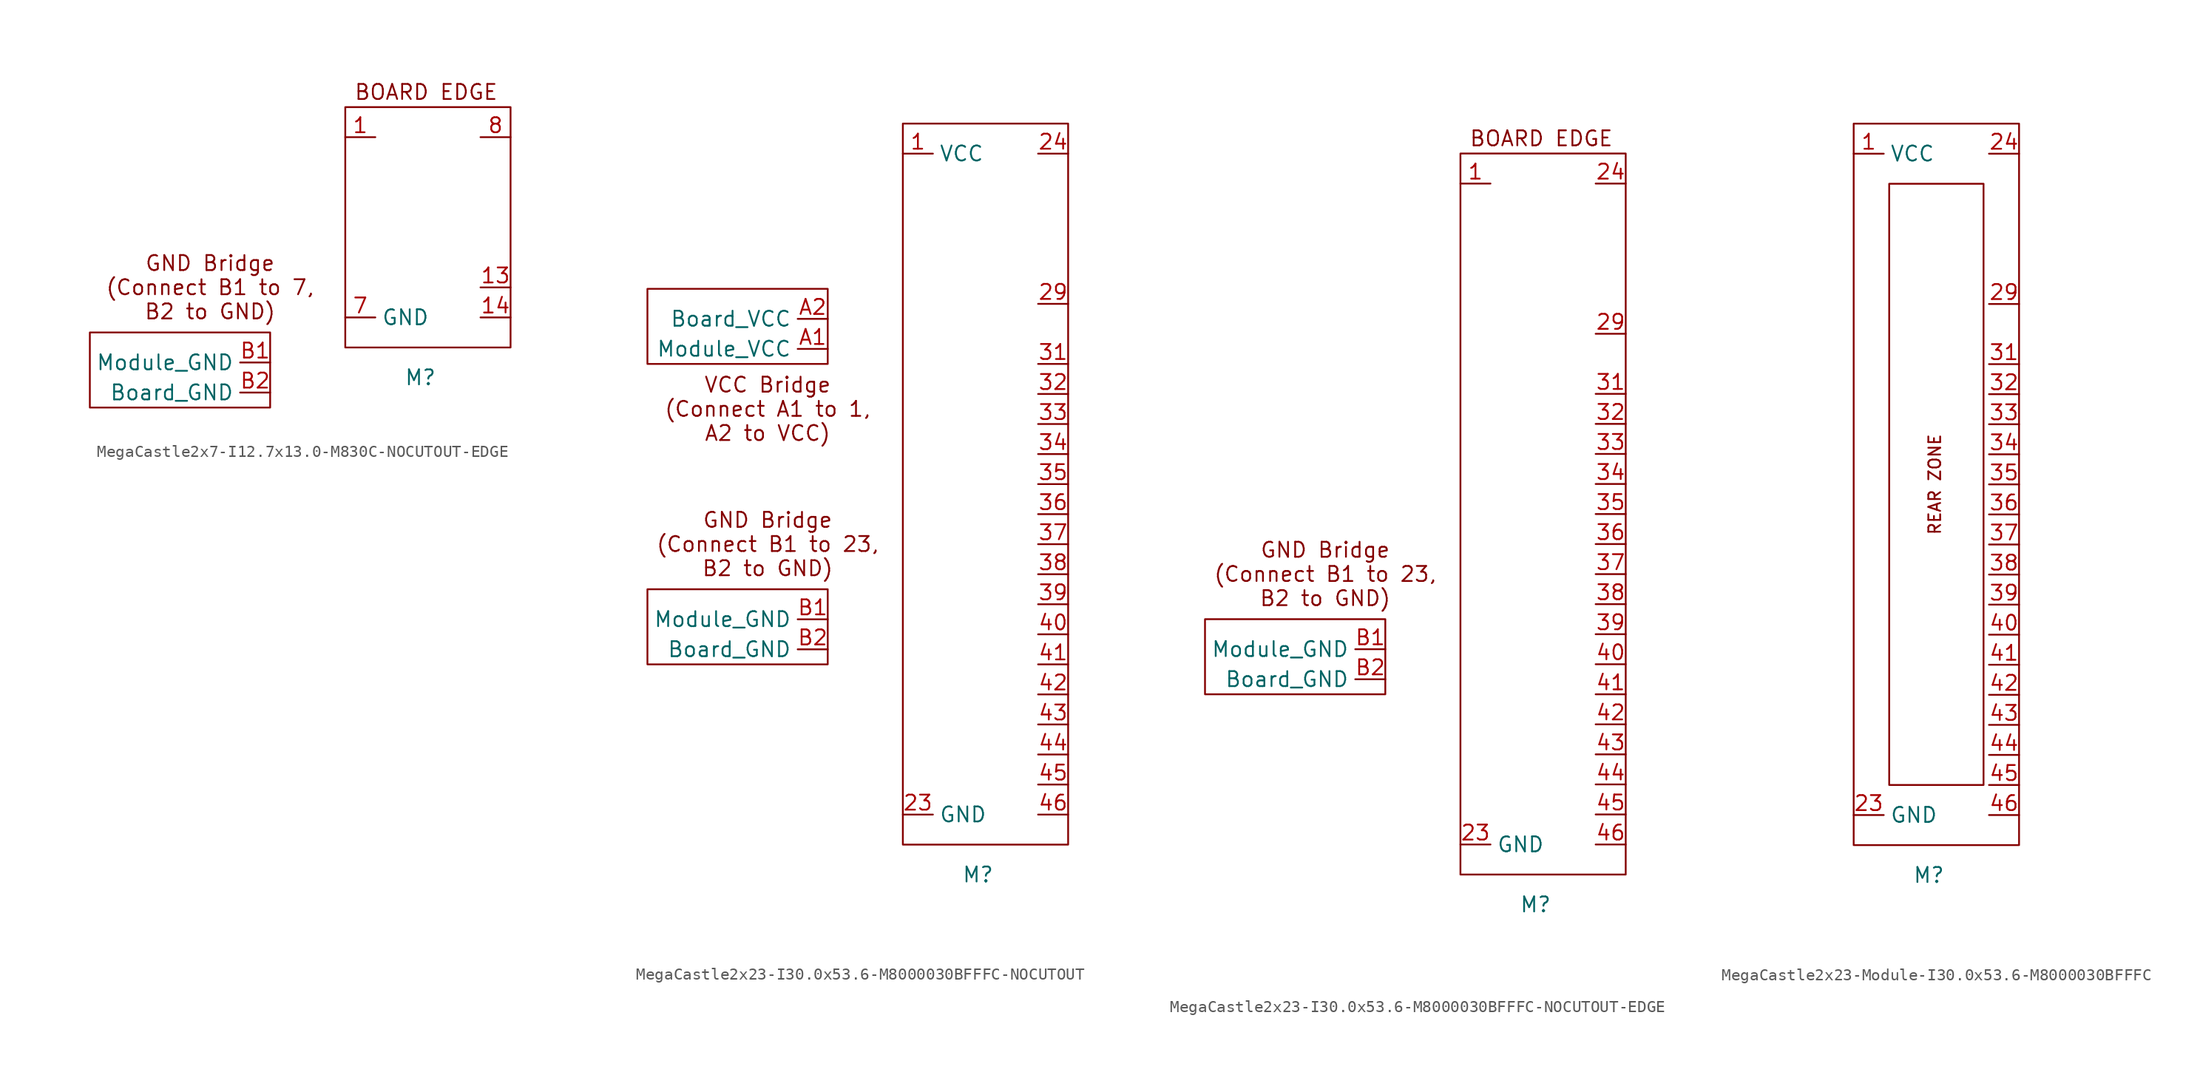
<source format=kicad_sym>
(kicad_symbol_lib
  (version 20231120)
  (generator "kicad_symbol_editor")
  (generator_version "8.0")
  (symbol "MegaCastle2x7-I12.7x13.0-M830C-NOCUTOUT-EDGE"
    (property "Reference" "M"
      (at 0 -12.7 0)
      (effects (font (size 1.27 1.27))))
    (property "Value" ""
      (at 0 5.08 0)
      (effects (font (size 1.27 1.27))))
    (symbol "MegaCastle2x7-I12.7x13.0-M830C-NOCUTOUT-EDGE_0_1"
      (rectangle (start -27.94 -8.89) (end -12.7 -15.24) (stroke (width 0) (type default)) (fill (type none)))
      (rectangle (start -6.35 10.16) (end 7.62 -10.16) (stroke (width 0) (type default)) (fill (type none))))
    (symbol "MegaCastle2x7-I12.7x13.0-M830C-NOCUTOUT-EDGE_1_1"
      (text "GND Bridge\n(Connect B1 to 7,\nB2 to GND)" (at -17.78 -5.08 0) (effects (font (size 1.27 1.27))))
      (text " BOARD EDGE" (at 0 11.43 0) (effects (font (size 1.27 1.27))))
      (pin bidirectional line (at -6.35 7.62 0) (length 2.54) (name "" (effects (font (size 1.27 1.27)))) (number "1" (effects (font (size 1.27 1.27)))))
      (pin bidirectional line (at -6.35 -7.62 0) (length 2.54) (name "GND" (effects (font (size 1.27 1.27)))) (number "7" (effects (font (size 1.27 1.27)))))
      (pin bidirectional line (at 7.62 7.62 180) (length 2.54) (name "" (effects (font (size 1.27 1.27)))) (number "8" (effects (font (size 1.27 1.27)))))
      (pin bidirectional line (at 7.62 -5.08 180) (length 2.54) (name "" (effects (font (size 1.27 1.27)))) (number "13" (effects (font (size 1.27 1.27)))))
      (pin bidirectional line (at 7.62 -7.62 180) (length 2.54) (name "" (effects (font (size 1.27 1.27)))) (number "14" (effects (font (size 1.27 1.27)))))
      (pin bidirectional line (at -12.7 -11.43 180) (length 2.54) (name "Module_GND" (effects (font (size 1.27 1.27)))) (number "B1" (effects (font (size 1.27 1.27)))))
      (pin bidirectional line (at -12.7 -13.97 180) (length 2.54) (name "Board_GND" (effects (font (size 1.27 1.27)))) (number "B2" (effects (font (size 1.27 1.27)))))))
  (symbol "MegaCastle2x23-I30.0x53.6-M8000030BFFFC-NOCUTOUT"
    (property "Reference" "M"
      (at 0 -33.02 0)
      (effects (font (size 1.27 1.27))))
    (property "Value" ""
      (at 0 5.08 0)
      (effects (font (size 1.27 1.27))))
    (symbol "MegaCastle2x23-I30.0x53.6-M8000030BFFFC-NOCUTOUT_0_1"
      (rectangle (start -27.94 16.51) (end -12.7 10.16) (stroke (width 0) (type default)) (fill (type none)))
      (rectangle (start -27.94 -8.89) (end -12.7 -15.24) (stroke (width 0) (type default)) (fill (type none)))
      (rectangle (start -6.35 30.48) (end 7.62 -30.48) (stroke (width 0) (type default)) (fill (type none))))
    (symbol "MegaCastle2x23-I30.0x53.6-M8000030BFFFC-NOCUTOUT_1_1"
      (text "GND Bridge\n(Connect B1 to 23,\nB2 to GND)" (at -17.78 -5.08 0) (effects (font (size 1.27 1.27))))
      (text "VCC Bridge\n(Connect A1 to 1,\nA2 to VCC)" (at -17.78 6.35 0) (effects (font (size 1.27 1.27))))
      (pin bidirectional line (at -6.35 27.94 0) (length 2.54) (name "VCC" (effects (font (size 1.27 1.27)))) (number "1" (effects (font (size 1.27 1.27)))))
      (pin bidirectional line (at -6.35 -27.94 0) (length 2.54) (name "GND" (effects (font (size 1.27 1.27)))) (number "23" (effects (font (size 1.27 1.27)))))
      (pin bidirectional line (at 7.62 27.94 180) (length 2.54) (name "" (effects (font (size 1.27 1.27)))) (number "24" (effects (font (size 1.27 1.27)))))
      (pin bidirectional line (at 7.62 15.24 180) (length 2.54) (name "" (effects (font (size 1.27 1.27)))) (number "29" (effects (font (size 1.27 1.27)))))
      (pin bidirectional line (at 7.62 10.16 180) (length 2.54) (name "" (effects (font (size 1.27 1.27)))) (number "31" (effects (font (size 1.27 1.27)))))
      (pin bidirectional line (at 7.62 7.62 180) (length 2.54) (name "" (effects (font (size 1.27 1.27)))) (number "32" (effects (font (size 1.27 1.27)))))
      (pin bidirectional line (at 7.62 5.08 180) (length 2.54) (name "" (effects (font (size 1.27 1.27)))) (number "33" (effects (font (size 1.27 1.27)))))
      (pin bidirectional line (at 7.62 2.54 180) (length 2.54) (name "" (effects (font (size 1.27 1.27)))) (number "34" (effects (font (size 1.27 1.27)))))
      (pin bidirectional line (at 7.62 0 180) (length 2.54) (name "" (effects (font (size 1.27 1.27)))) (number "35" (effects (font (size 1.27 1.27)))))
      (pin bidirectional line (at 7.62 -2.54 180) (length 2.54) (name "" (effects (font (size 1.27 1.27)))) (number "36" (effects (font (size 1.27 1.27)))))
      (pin bidirectional line (at 7.62 -5.08 180) (length 2.54) (name "" (effects (font (size 1.27 1.27)))) (number "37" (effects (font (size 1.27 1.27)))))
      (pin bidirectional line (at 7.62 -7.62 180) (length 2.54) (name "" (effects (font (size 1.27 1.27)))) (number "38" (effects (font (size 1.27 1.27)))))
      (pin bidirectional line (at 7.62 -10.16 180) (length 2.54) (name "" (effects (font (size 1.27 1.27)))) (number "39" (effects (font (size 1.27 1.27)))))
      (pin bidirectional line (at 7.62 -12.7 180) (length 2.54) (name "" (effects (font (size 1.27 1.27)))) (number "40" (effects (font (size 1.27 1.27)))))
      (pin bidirectional line (at 7.62 -15.24 180) (length 2.54) (name "" (effects (font (size 1.27 1.27)))) (number "41" (effects (font (size 1.27 1.27)))))
      (pin bidirectional line (at 7.62 -17.78 180) (length 2.54) (name "" (effects (font (size 1.27 1.27)))) (number "42" (effects (font (size 1.27 1.27)))))
      (pin bidirectional line (at 7.62 -20.32 180) (length 2.54) (name "" (effects (font (size 1.27 1.27)))) (number "43" (effects (font (size 1.27 1.27)))))
      (pin bidirectional line (at 7.62 -22.86 180) (length 2.54) (name "" (effects (font (size 1.27 1.27)))) (number "44" (effects (font (size 1.27 1.27)))))
      (pin bidirectional line (at 7.62 -25.4 180) (length 2.54) (name "" (effects (font (size 1.27 1.27)))) (number "45" (effects (font (size 1.27 1.27)))))
      (pin bidirectional line (at 7.62 -27.94 180) (length 2.54) (name "" (effects (font (size 1.27 1.27)))) (number "46" (effects (font (size 1.27 1.27)))))
      (pin bidirectional line (at -12.7 11.43 180) (length 2.54) (name "Module_VCC" (effects (font (size 1.27 1.27)))) (number "A1" (effects (font (size 1.27 1.27)))))
      (pin bidirectional line (at -12.7 13.97 180) (length 2.54) (name "Board_VCC" (effects (font (size 1.27 1.27)))) (number "A2" (effects (font (size 1.27 1.27)))))
      (pin bidirectional line (at -12.7 -11.43 180) (length 2.54) (name "Module_GND" (effects (font (size 1.27 1.27)))) (number "B1" (effects (font (size 1.27 1.27)))))
      (pin bidirectional line (at -12.7 -13.97 180) (length 2.54) (name "Board_GND" (effects (font (size 1.27 1.27)))) (number "B2" (effects (font (size 1.27 1.27)))))))
  (symbol "MegaCastle2x23-I30.0x53.6-M8000030BFFFC-NOCUTOUT-EDGE"
    (property "Reference" "M"
      (at 0 -33.02 0)
      (effects (font (size 1.27 1.27))))
    (property "Value" ""
      (at 0 5.08 0)
      (effects (font (size 1.27 1.27))))
    (symbol "MegaCastle2x23-I30.0x53.6-M8000030BFFFC-NOCUTOUT-EDGE_0_1"
      (rectangle (start -27.94 -8.89) (end -12.7 -15.24) (stroke (width 0) (type default)) (fill (type none)))
      (rectangle (start -6.35 30.48) (end 7.62 -30.48) (stroke (width 0) (type default)) (fill (type none))))
    (symbol "MegaCastle2x23-I30.0x53.6-M8000030BFFFC-NOCUTOUT-EDGE_1_1"
      (text "GND Bridge\n(Connect B1 to 23,\nB2 to GND)" (at -17.78 -5.08 0) (effects (font (size 1.27 1.27))))
      (text " BOARD EDGE" (at 0 31.75 0) (effects (font (size 1.27 1.27))))
      (pin bidirectional line (at -6.35 27.94 0) (length 2.54) (name "" (effects (font (size 1.27 1.27)))) (number "1" (effects (font (size 1.27 1.27)))))
      (pin bidirectional line (at -6.35 -27.94 0) (length 2.54) (name "GND" (effects (font (size 1.27 1.27)))) (number "23" (effects (font (size 1.27 1.27)))))
      (pin bidirectional line (at 7.62 27.94 180) (length 2.54) (name "" (effects (font (size 1.27 1.27)))) (number "24" (effects (font (size 1.27 1.27)))))
      (pin bidirectional line (at 7.62 15.24 180) (length 2.54) (name "" (effects (font (size 1.27 1.27)))) (number "29" (effects (font (size 1.27 1.27)))))
      (pin bidirectional line (at 7.62 10.16 180) (length 2.54) (name "" (effects (font (size 1.27 1.27)))) (number "31" (effects (font (size 1.27 1.27)))))
      (pin bidirectional line (at 7.62 7.62 180) (length 2.54) (name "" (effects (font (size 1.27 1.27)))) (number "32" (effects (font (size 1.27 1.27)))))
      (pin bidirectional line (at 7.62 5.08 180) (length 2.54) (name "" (effects (font (size 1.27 1.27)))) (number "33" (effects (font (size 1.27 1.27)))))
      (pin bidirectional line (at 7.62 2.54 180) (length 2.54) (name "" (effects (font (size 1.27 1.27)))) (number "34" (effects (font (size 1.27 1.27)))))
      (pin bidirectional line (at 7.62 0 180) (length 2.54) (name "" (effects (font (size 1.27 1.27)))) (number "35" (effects (font (size 1.27 1.27)))))
      (pin bidirectional line (at 7.62 -2.54 180) (length 2.54) (name "" (effects (font (size 1.27 1.27)))) (number "36" (effects (font (size 1.27 1.27)))))
      (pin bidirectional line (at 7.62 -5.08 180) (length 2.54) (name "" (effects (font (size 1.27 1.27)))) (number "37" (effects (font (size 1.27 1.27)))))
      (pin bidirectional line (at 7.62 -7.62 180) (length 2.54) (name "" (effects (font (size 1.27 1.27)))) (number "38" (effects (font (size 1.27 1.27)))))
      (pin bidirectional line (at 7.62 -10.16 180) (length 2.54) (name "" (effects (font (size 1.27 1.27)))) (number "39" (effects (font (size 1.27 1.27)))))
      (pin bidirectional line (at 7.62 -12.7 180) (length 2.54) (name "" (effects (font (size 1.27 1.27)))) (number "40" (effects (font (size 1.27 1.27)))))
      (pin bidirectional line (at 7.62 -15.24 180) (length 2.54) (name "" (effects (font (size 1.27 1.27)))) (number "41" (effects (font (size 1.27 1.27)))))
      (pin bidirectional line (at 7.62 -17.78 180) (length 2.54) (name "" (effects (font (size 1.27 1.27)))) (number "42" (effects (font (size 1.27 1.27)))))
      (pin bidirectional line (at 7.62 -20.32 180) (length 2.54) (name "" (effects (font (size 1.27 1.27)))) (number "43" (effects (font (size 1.27 1.27)))))
      (pin bidirectional line (at 7.62 -22.86 180) (length 2.54) (name "" (effects (font (size 1.27 1.27)))) (number "44" (effects (font (size 1.27 1.27)))))
      (pin bidirectional line (at 7.62 -25.4 180) (length 2.54) (name "" (effects (font (size 1.27 1.27)))) (number "45" (effects (font (size 1.27 1.27)))))
      (pin bidirectional line (at 7.62 -27.94 180) (length 2.54) (name "" (effects (font (size 1.27 1.27)))) (number "46" (effects (font (size 1.27 1.27)))))
      (pin bidirectional line (at -12.7 -11.43 180) (length 2.54) (name "Module_GND" (effects (font (size 1.27 1.27)))) (number "B1" (effects (font (size 1.27 1.27)))))
      (pin bidirectional line (at -12.7 -13.97 180) (length 2.54) (name "Board_GND" (effects (font (size 1.27 1.27)))) (number "B2" (effects (font (size 1.27 1.27)))))))
  (symbol "MegaCastle2x23-Module-I30.0x53.6-M8000030BFFFC"
    (property "Reference" "M"
      (at 0 -33.02 0)
      (effects (font (size 1.27 1.27))))
    (property "Value" ""
      (at 0 5.08 0)
      (effects (font (size 1.27 1.27))))
    (symbol "MegaCastle2x23-Module-I30.0x53.6-M8000030BFFFC_0_1"
      (rectangle (start -6.35 30.48) (end 7.62 -30.48) (stroke (width 0) (type default)) (fill (type none)))
      (rectangle (start -3.35 25.4) (end 4.62 -25.4) (stroke (width 0) (type default)) (fill (type none))))
    (symbol "MegaCastle2x23-Module-I30.0x53.6-M8000030BFFFC_1_1"
      (text "REAR ZONE" (at 0.5 0 900) (effects (font (size 1 1))))
      (pin bidirectional line (at -6.35 27.94 0) (length 2.54) (name "VCC" (effects (font (size 1.27 1.27)))) (number "1" (effects (font (size 1.27 1.27)))))
      (pin bidirectional line (at -6.35 -27.94 0) (length 2.54) (name "GND" (effects (font (size 1.27 1.27)))) (number "23" (effects (font (size 1.27 1.27)))))
      (pin bidirectional line (at 7.62 27.94 180) (length 2.54) (name "" (effects (font (size 1.27 1.27)))) (number "24" (effects (font (size 1.27 1.27)))))
      (pin bidirectional line (at 7.62 15.24 180) (length 2.54) (name "" (effects (font (size 1.27 1.27)))) (number "29" (effects (font (size 1.27 1.27)))))
      (pin bidirectional line (at 7.62 10.16 180) (length 2.54) (name "" (effects (font (size 1.27 1.27)))) (number "31" (effects (font (size 1.27 1.27)))))
      (pin bidirectional line (at 7.62 7.62 180) (length 2.54) (name "" (effects (font (size 1.27 1.27)))) (number "32" (effects (font (size 1.27 1.27)))))
      (pin bidirectional line (at 7.62 5.08 180) (length 2.54) (name "" (effects (font (size 1.27 1.27)))) (number "33" (effects (font (size 1.27 1.27)))))
      (pin bidirectional line (at 7.62 2.54 180) (length 2.54) (name "" (effects (font (size 1.27 1.27)))) (number "34" (effects (font (size 1.27 1.27)))))
      (pin bidirectional line (at 7.62 0 180) (length 2.54) (name "" (effects (font (size 1.27 1.27)))) (number "35" (effects (font (size 1.27 1.27)))))
      (pin bidirectional line (at 7.62 -2.54 180) (length 2.54) (name "" (effects (font (size 1.27 1.27)))) (number "36" (effects (font (size 1.27 1.27)))))
      (pin bidirectional line (at 7.62 -5.08 180) (length 2.54) (name "" (effects (font (size 1.27 1.27)))) (number "37" (effects (font (size 1.27 1.27)))))
      (pin bidirectional line (at 7.62 -7.62 180) (length 2.54) (name "" (effects (font (size 1.27 1.27)))) (number "38" (effects (font (size 1.27 1.27)))))
      (pin bidirectional line (at 7.62 -10.16 180) (length 2.54) (name "" (effects (font (size 1.27 1.27)))) (number "39" (effects (font (size 1.27 1.27)))))
      (pin bidirectional line (at 7.62 -12.7 180) (length 2.54) (name "" (effects (font (size 1.27 1.27)))) (number "40" (effects (font (size 1.27 1.27)))))
      (pin bidirectional line (at 7.62 -15.24 180) (length 2.54) (name "" (effects (font (size 1.27 1.27)))) (number "41" (effects (font (size 1.27 1.27)))))
      (pin bidirectional line (at 7.62 -17.78 180) (length 2.54) (name "" (effects (font (size 1.27 1.27)))) (number "42" (effects (font (size 1.27 1.27)))))
      (pin bidirectional line (at 7.62 -20.32 180) (length 2.54) (name "" (effects (font (size 1.27 1.27)))) (number "43" (effects (font (size 1.27 1.27)))))
      (pin bidirectional line (at 7.62 -22.86 180) (length 2.54) (name "" (effects (font (size 1.27 1.27)))) (number "44" (effects (font (size 1.27 1.27)))))
      (pin bidirectional line (at 7.62 -25.4 180) (length 2.54) (name "" (effects (font (size 1.27 1.27)))) (number "45" (effects (font (size 1.27 1.27)))))
      (pin bidirectional line (at 7.62 -27.94 180) (length 2.54) (name "" (effects (font (size 1.27 1.27)))) (number "46" (effects (font (size 1.27 1.27))))))))
</source>
